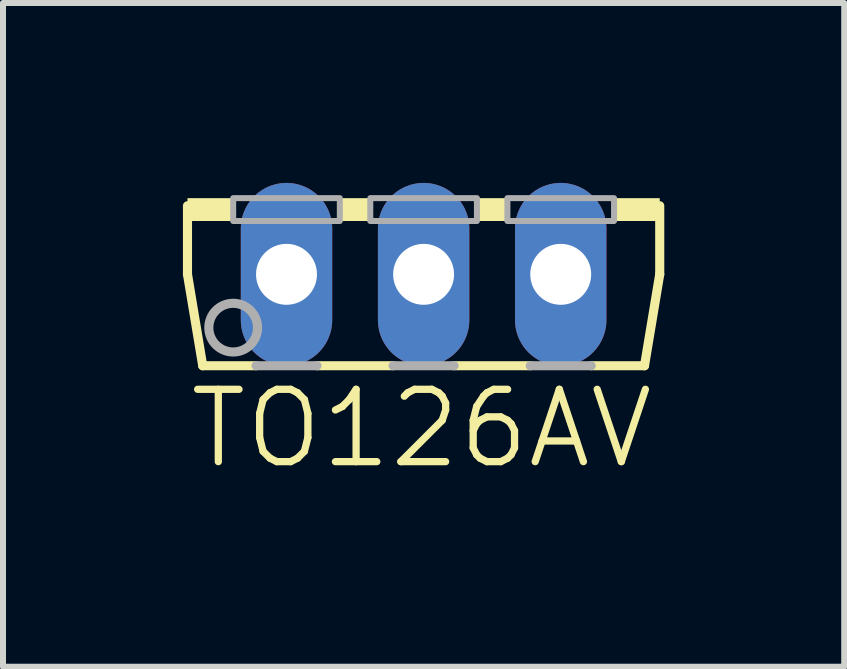
<source format=kicad_pcb>
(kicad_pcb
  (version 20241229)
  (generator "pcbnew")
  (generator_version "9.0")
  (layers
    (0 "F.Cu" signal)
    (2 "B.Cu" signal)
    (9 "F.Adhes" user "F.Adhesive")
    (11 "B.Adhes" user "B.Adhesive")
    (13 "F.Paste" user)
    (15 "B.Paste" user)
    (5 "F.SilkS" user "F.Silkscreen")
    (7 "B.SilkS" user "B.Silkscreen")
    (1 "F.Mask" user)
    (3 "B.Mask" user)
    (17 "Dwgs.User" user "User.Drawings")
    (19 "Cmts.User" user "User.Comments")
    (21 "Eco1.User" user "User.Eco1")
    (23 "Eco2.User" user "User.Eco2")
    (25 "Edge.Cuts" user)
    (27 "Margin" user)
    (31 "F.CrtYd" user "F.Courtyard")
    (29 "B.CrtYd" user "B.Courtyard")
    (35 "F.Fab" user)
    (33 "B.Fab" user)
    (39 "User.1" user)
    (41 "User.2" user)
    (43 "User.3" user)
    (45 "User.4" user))
  (footprint "TO126AV"
    (layer "F.Cu")
    (at 4.013 0.254)
    (property "Reference" "TO126AV" (at -3.962 4.547 0) (layer "F.SilkS") (effects (font (size 1.206 1.206) (thickness 0.121)) (justify left bottom)))
    (attr through_hole)
    (fp_line (start -3.937 0.127) (end -3.937 1.27) (stroke (width 0.152) (type solid)) (layer "F.SilkS"))
    (fp_line (start -3.937 1.27) (end -3.683 2.794) (stroke (width 0.152) (type solid)) (layer "F.SilkS"))
    (fp_line (start -3.683 2.794) (end -2.794 2.794) (stroke (width 0.152) (type solid)) (layer "F.SilkS"))
    (fp_line (start -1.778 2.794) (end -0.508 2.794) (stroke (width 0.152) (type solid)) (layer "F.SilkS"))
    (fp_line (start 0.508 2.794) (end 1.778 2.794) (stroke (width 0.152) (type solid)) (layer "F.SilkS"))
    (fp_line (start 2.794 2.794) (end 3.683 2.794) (stroke (width 0.152) (type solid)) (layer "F.SilkS"))
    (fp_line (start 3.683 2.794) (end 3.937 1.27) (stroke (width 0.152) (type solid)) (layer "F.SilkS"))
    (fp_line (start 3.937 1.27) (end 3.937 0.127) (stroke (width 0.152) (type solid)) (layer "F.SilkS"))
    (fp_poly (pts (xy -3.937 0.381) (xy -3.175 0.381) (xy -3.175 0) (xy -3.937 0)) (stroke (width 0) (type solid)) (fill yes) (layer "F.SilkS"))
    (fp_poly (pts (xy -1.397 0.381) (xy -0.889 0.381) (xy -0.889 0) (xy -1.397 0)) (stroke (width 0) (type solid)) (fill yes) (layer "F.SilkS"))
    (fp_poly (pts (xy 0.889 0.381) (xy 1.397 0.381) (xy 1.397 0) (xy 0.889 0)) (stroke (width 0) (type solid)) (fill yes) (layer "F.SilkS"))
    (fp_poly (pts (xy 3.175 0.381) (xy 3.937 0.381) (xy 3.937 0) (xy 3.175 0)) (stroke (width 0) (type solid)) (fill yes) (layer "F.SilkS"))
    (fp_line (start -2.794 2.794) (end -1.778 2.794) (stroke (width 0.152) (type solid)) (layer "F.Fab"))
    (fp_line (start -0.508 2.794) (end 0.508 2.794) (stroke (width 0.152) (type solid)) (layer "F.Fab"))
    (fp_line (start 1.778 2.794) (end 2.794 2.794) (stroke (width 0.152) (type solid)) (layer "F.Fab"))
    (fp_circle (center -3.175 2.159) (end -2.769 2.159) (stroke (width 0.152) (type solid)) (fill no) (layer "F.Fab"))
    (fp_poly (pts (xy -3.175 0.381) (xy -1.397 0.381) (xy -1.397 0) (xy -3.175 0)) (stroke (width 0.1) (type solid)) (fill no) (layer "F.Fab"))
    (fp_poly (pts (xy -0.889 0.381) (xy 0.889 0.381) (xy 0.889 0) (xy -0.889 0)) (stroke (width 0.1) (type solid)) (fill no) (layer "F.Fab"))
    (fp_poly (pts (xy 1.397 0.381) (xy 3.175 0.381) (xy 3.175 0) (xy 1.397 0)) (stroke (width 0.1) (type solid)) (fill no) (layer "F.Fab"))
    (pad "B" thru_hole oval (at 2.286 1.27 90) (size 3.048 1.524) (drill 1.016) (layers "*.Cu" "*.Mask"))
    (pad "C" thru_hole oval (at 0 1.27 90) (size 3.048 1.524) (drill 1.016) (layers "*.Cu" "*.Mask"))
    (pad "E" thru_hole oval (at -2.286 1.27 90) (size 3.048 1.524) (drill 1.016) (layers "*.Cu" "*.Mask")))
  (gr_rect
    (start -3 -3)
    (end 11.026 8.067)
    (stroke (width 0.1) (type default))
    (fill no)
    (layer "Edge.Cuts")))
</source>
